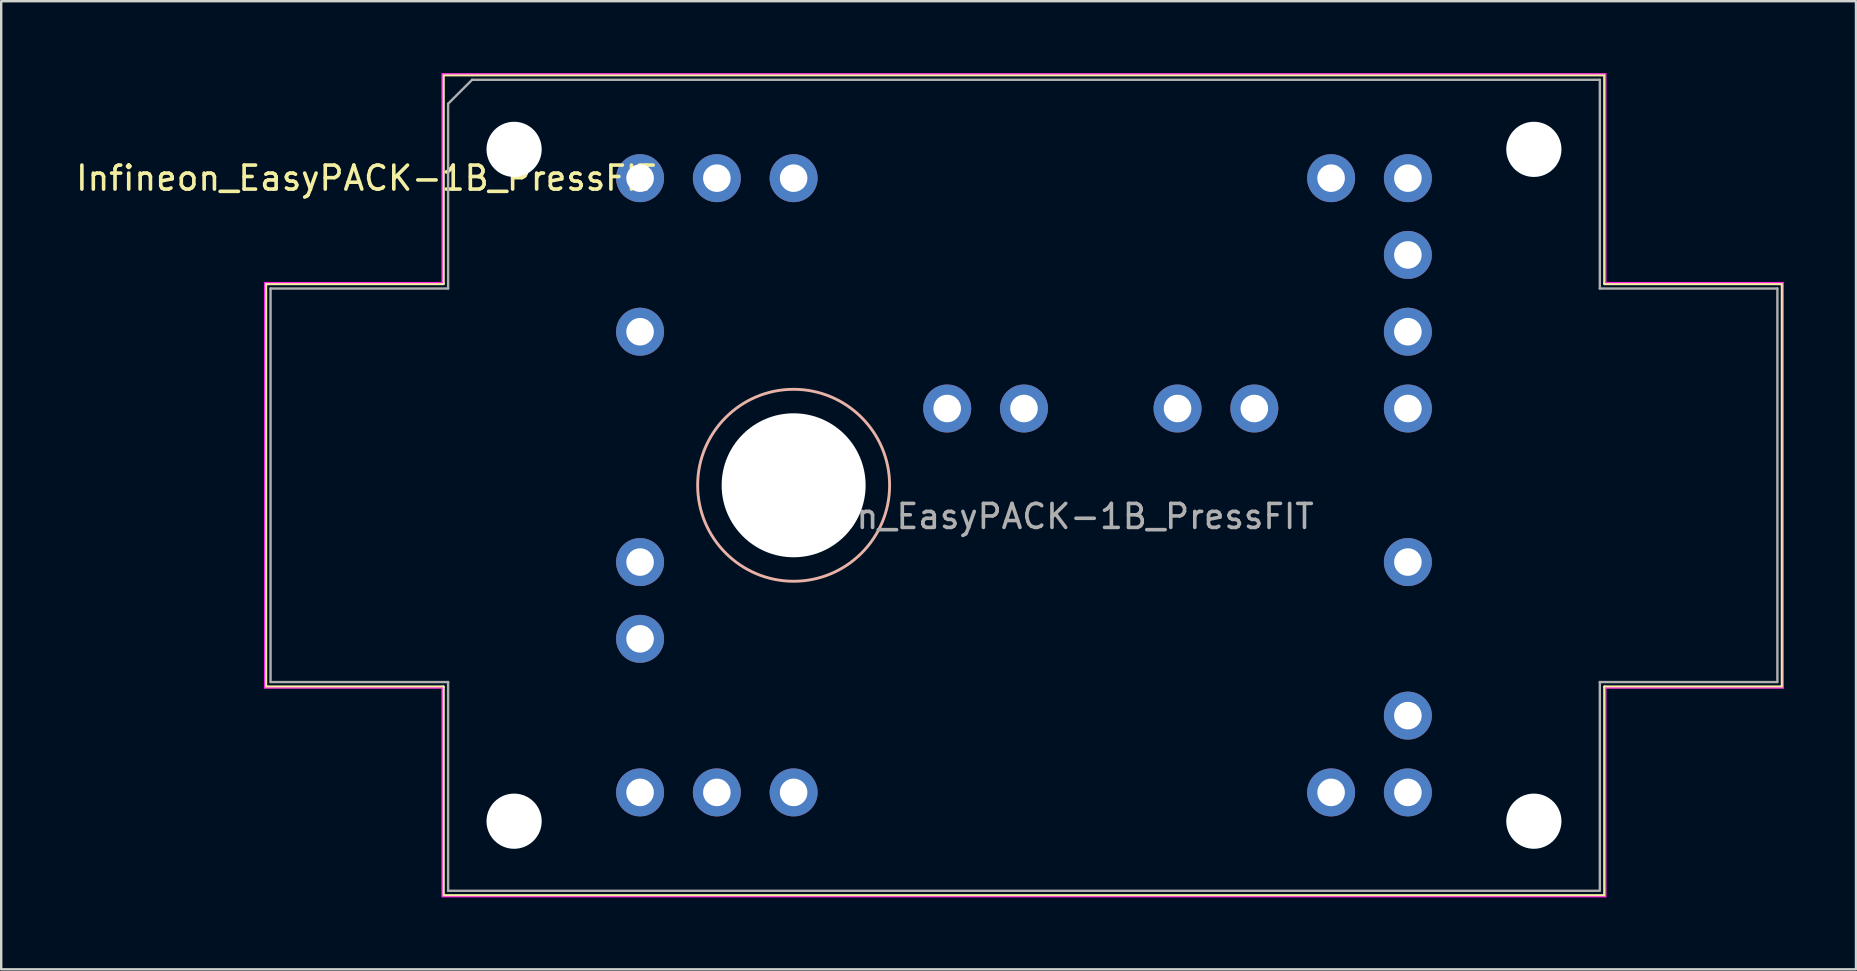
<source format=kicad_pcb>
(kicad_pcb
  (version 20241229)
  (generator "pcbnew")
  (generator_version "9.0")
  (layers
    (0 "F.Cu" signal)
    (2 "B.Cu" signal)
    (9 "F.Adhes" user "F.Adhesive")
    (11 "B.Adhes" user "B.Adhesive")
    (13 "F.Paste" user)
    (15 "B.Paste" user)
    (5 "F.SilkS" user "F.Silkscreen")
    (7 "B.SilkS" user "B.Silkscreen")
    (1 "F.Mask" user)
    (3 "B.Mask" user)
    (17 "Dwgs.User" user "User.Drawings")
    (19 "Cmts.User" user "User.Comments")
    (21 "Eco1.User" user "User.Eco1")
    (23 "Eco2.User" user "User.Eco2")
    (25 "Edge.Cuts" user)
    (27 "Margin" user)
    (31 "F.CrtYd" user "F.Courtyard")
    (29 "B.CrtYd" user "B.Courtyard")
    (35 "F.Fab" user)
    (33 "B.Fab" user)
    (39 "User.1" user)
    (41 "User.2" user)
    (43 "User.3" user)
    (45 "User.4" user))
  (footprint "Infineon_EasyPACK-1B_PressFIT"
    (layer "F.Cu")
    (at 23.626 4.375)
    (property "Reference" "Infineon_EasyPACK-1B_PressFIT" (at -11.43 0 0) (layer "F.SilkS") (effects (font (size 1 1) (thickness 0.15))))
    (attr through_hole)
    (fp_line (start -15.6 4.4) (end -8.2 4.4) (stroke (width 0.12) (type solid)) (layer "F.SilkS"))
    (fp_line (start -15.6 21.2) (end -15.6 4.4) (stroke (width 0.12) (type solid)) (layer "F.SilkS"))
    (fp_line (start -8.2 -4.3) (end 40.2 -4.3) (stroke (width 0.12) (type solid)) (layer "F.SilkS"))
    (fp_line (start -8.2 4.4) (end -8.2 -4.3) (stroke (width 0.12) (type solid)) (layer "F.SilkS"))
    (fp_line (start -8.2 21.2) (end -15.6 21.2) (stroke (width 0.12) (type solid)) (layer "F.SilkS"))
    (fp_line (start -8.2 29.9) (end -8.2 21.2) (stroke (width 0.12) (type solid)) (layer "F.SilkS"))
    (fp_line (start 40.2 -4.3) (end 40.2 4.4) (stroke (width 0.12) (type solid)) (layer "F.SilkS"))
    (fp_line (start 40.2 4.4) (end 47.6 4.4) (stroke (width 0.12) (type solid)) (layer "F.SilkS"))
    (fp_line (start 40.2 21.2) (end 40.2 29.9) (stroke (width 0.12) (type solid)) (layer "F.SilkS"))
    (fp_line (start 40.2 29.9) (end -8.2 29.9) (stroke (width 0.12) (type solid)) (layer "F.SilkS"))
    (fp_line (start 47.6 4.4) (end 47.6 21.2) (stroke (width 0.12) (type solid)) (layer "F.SilkS"))
    (fp_line (start 47.6 21.2) (end 40.2 21.2) (stroke (width 0.12) (type solid)) (layer "F.SilkS"))
    (fp_circle (center 6.4 12.8) (end 10.4 12.8) (stroke (width 0.12) (type solid)) (fill no) (layer "B.SilkS"))
    (fp_line (start -15.65 21.25) (end -15.65 4.35) (stroke (width 0.05) (type solid)) (layer "F.CrtYd"))
    (fp_line (start -8.25 -4.35) (end -8.25 4.35) (stroke (width 0.05) (type solid)) (layer "F.CrtYd"))
    (fp_line (start -8.25 4.35) (end -15.65 4.35) (stroke (width 0.05) (type solid)) (layer "F.CrtYd"))
    (fp_line (start -8.25 21.25) (end -15.65 21.25) (stroke (width 0.05) (type solid)) (layer "F.CrtYd"))
    (fp_line (start -8.25 29.95) (end -8.25 21.25) (stroke (width 0.05) (type solid)) (layer "F.CrtYd"))
    (fp_line (start -8.25 29.95) (end 40.25 29.95) (stroke (width 0.05) (type solid)) (layer "F.CrtYd"))
    (fp_line (start 40.25 -4.35) (end -8.25 -4.35) (stroke (width 0.05) (type solid)) (layer "F.CrtYd"))
    (fp_line (start 40.25 -4.35) (end 40.25 4.35) (stroke (width 0.05) (type solid)) (layer "F.CrtYd"))
    (fp_line (start 40.25 4.35) (end 47.65 4.35) (stroke (width 0.05) (type solid)) (layer "F.CrtYd"))
    (fp_line (start 40.25 21.25) (end 40.25 29.95) (stroke (width 0.05) (type solid)) (layer "F.CrtYd"))
    (fp_line (start 47.65 4.35) (end 47.65 21.25) (stroke (width 0.05) (type solid)) (layer "F.CrtYd"))
    (fp_line (start 47.65 21.25) (end 40.25 21.25) (stroke (width 0.05) (type solid)) (layer "F.CrtYd"))
    (fp_line (start -15.4 4.6) (end -8 4.6) (stroke (width 0.1) (type solid)) (layer "F.Fab"))
    (fp_line (start -15.4 21) (end -15.4 4.6) (stroke (width 0.1) (type solid)) (layer "F.Fab"))
    (fp_line (start -15.4 21) (end -8 21) (stroke (width 0.1) (type solid)) (layer "F.Fab"))
    (fp_line (start -8 4.6) (end -8 -3.1) (stroke (width 0.1) (type solid)) (layer "F.Fab"))
    (fp_line (start -8 21) (end -8 29.7) (stroke (width 0.1) (type solid)) (layer "F.Fab"))
    (fp_line (start -8 29.7) (end 40 29.7) (stroke (width 0.1) (type solid)) (layer "F.Fab"))
    (fp_line (start -7 -4.1) (end -8 -3.1) (stroke (width 0.1) (type solid)) (layer "F.Fab"))
    (fp_line (start 40 -4.1) (end -7 -4.1) (stroke (width 0.1) (type solid)) (layer "F.Fab"))
    (fp_line (start 40 4.6) (end 40 -4.1) (stroke (width 0.1) (type solid)) (layer "F.Fab"))
    (fp_line (start 40 21) (end 40 29.7) (stroke (width 0.1) (type solid)) (layer "F.Fab"))
    (fp_line (start 47.4 4.6) (end 40 4.6) (stroke (width 0.1) (type solid)) (layer "F.Fab"))
    (fp_line (start 47.4 21) (end 40 21) (stroke (width 0.1) (type solid)) (layer "F.Fab"))
    (fp_line (start 47.4 21) (end 47.4 4.6) (stroke (width 0.1) (type solid)) (layer "F.Fab"))
    (fp_text user "${REFERENCE}" (at 16 14.1 0) (layer "F.Fab") (effects (font (size 1 1) (thickness 0.15))))
    (pad "" np_thru_hole circle (at -5.25 -1.2 180) (size 2.3 2.3) (drill 2.3) (layers "*.Cu" "*.Mask"))
    (pad "" np_thru_hole circle (at -5.25 26.8 180) (size 2.3 2.3) (drill 2.3) (layers "*.Cu" "*.Mask"))
    (pad "" np_thru_hole circle (at 6.4 12.8 180) (size 6 6) (drill 6) (layers "*.Cu" "*.Mask"))
    (pad "" np_thru_hole circle (at 37.25 -1.2 180) (size 2.3 2.3) (drill 2.3) (layers "*.Cu" "*.Mask"))
    (pad "" np_thru_hole circle (at 37.25 26.8 180) (size 2.3 2.3) (drill 2.3) (layers "*.Cu" "*.Mask"))
    (pad "EU" thru_hole circle (at 32 0 180) (size 2 2) (drill 1.15) (layers "*.Cu" "*.Mask"))
    (pad "EU" thru_hole circle (at 32 3.2 180) (size 2 2) (drill 1.15) (layers "*.Cu" "*.Mask"))
    (pad "EV" thru_hole circle (at 32 6.4 180) (size 2 2) (drill 1.15) (layers "*.Cu" "*.Mask"))
    (pad "EV" thru_hole circle (at 32 9.6 180) (size 2 2) (drill 1.15) (layers "*.Cu" "*.Mask"))
    (pad "EW" thru_hole circle (at 32 22.4 180) (size 2 2) (drill 1.15) (layers "*.Cu" "*.Mask"))
    (pad "EW" thru_hole circle (at 32 25.6 180) (size 2 2) (drill 1.15) (layers "*.Cu" "*.Mask"))
    (pad "G1" thru_hole circle (at 0 0 180) (size 2 2) (drill 1.15) (layers "*.Cu" "*.Mask"))
    (pad "G2" thru_hole circle (at 28.8 0 180) (size 2 2) (drill 1.15) (layers "*.Cu" "*.Mask"))
    (pad "G3" thru_hole circle (at 0 6.4 180) (size 2 2) (drill 1.15) (layers "*.Cu" "*.Mask"))
    (pad "G4" thru_hole circle (at 32 16 180) (size 2 2) (drill 1.15) (layers "*.Cu" "*.Mask"))
    (pad "G5" thru_hole circle (at 0 25.6 180) (size 2 2) (drill 1.15) (layers "*.Cu" "*.Mask"))
    (pad "G6" thru_hole circle (at 28.8 25.6 180) (size 2 2) (drill 1.15) (layers "*.Cu" "*.Mask"))
    (pad "P" thru_hole circle (at 12.8 9.6 180) (size 2 2) (drill 1.15) (layers "*.Cu" "*.Mask"))
    (pad "P" thru_hole circle (at 16 9.6 180) (size 2 2) (drill 1.15) (layers "*.Cu" "*.Mask"))
    (pad "T1" thru_hole circle (at 22.4 9.6 180) (size 2 2) (drill 1.15) (layers "*.Cu" "*.Mask"))
    (pad "T2" thru_hole circle (at 25.6 9.6 180) (size 2 2) (drill 1.15) (layers "*.Cu" "*.Mask"))
    (pad "U" thru_hole circle (at 3.2 0 180) (size 2 2) (drill 1.15) (layers "*.Cu" "*.Mask"))
    (pad "U" thru_hole circle (at 6.4 0 180) (size 2 2) (drill 1.15) (layers "*.Cu" "*.Mask"))
    (pad "V" thru_hole circle (at 0 16 180) (size 2 2) (drill 1.15) (layers "*.Cu" "*.Mask"))
    (pad "V" thru_hole circle (at 0 19.2 180) (size 2 2) (drill 1.15) (layers "*.Cu" "*.Mask"))
    (pad "W" thru_hole circle (at 3.2 25.6 180) (size 2 2) (drill 1.15) (layers "*.Cu" "*.Mask"))
    (pad "W" thru_hole circle (at 6.4 25.6 180) (size 2 2) (drill 1.15) (layers "*.Cu" "*.Mask"))
    (zone (net_name "") (layers "F.Cu" "B.Cu") (name "MH") (hatch full 0.508) (connect_pads) (min_thickness 0.254) (filled_areas_thickness no) (keepout (tracks not_allowed) (vias not_allowed) (pads not_allowed) (copperpour not_allowed) (footprints not_allowed)) (placement (enabled no)) (fill) (polygon (pts (xy 17.872 17.175) (xy 17.852 17.606) (xy 17.793 18.033) (xy 17.696 18.454) (xy 17.562 18.864) (xy 17.39 19.259) (xy 17.184 19.638) (xy 16.944 19.997) (xy 16.672 20.332) (xy 16.372 20.641) (xy 16.044 20.922) (xy 15.692 21.172) (xy 15.319 21.389) (xy 14.928 21.571) (xy 14.523 21.717) (xy 14.105 21.826) (xy 13.679 21.897) (xy 13.249 21.928) (xy 12.818 21.921) (xy 12.389 21.874) (xy 11.966 21.789) (xy 11.553 21.666) (xy 11.152 21.505) (xy 10.768 21.31) (xy 10.403 21.08) (xy 10.06 20.818) (xy 9.742 20.526) (xy 9.453 20.206) (xy 9.193 19.861) (xy 8.966 19.495) (xy 8.772 19.109) (xy 8.615 18.707) (xy 8.495 18.293) (xy 8.412 17.87) (xy 8.369 17.44) (xy 8.364 17.009) (xy 8.399 16.579) (xy 8.472 16.154) (xy 8.584 15.737) (xy 8.733 15.332) (xy 8.918 14.943) (xy 9.138 14.571) (xy 9.39 14.221) (xy 9.673 13.896) (xy 9.984 13.597) (xy 10.321 13.328) (xy 10.682 13.091) (xy 11.062 12.887) (xy 11.459 12.718) (xy 11.87 12.586) (xy 12.291 12.492) (xy 12.719 12.437) (xy 13.15 12.42) (xy 13.58 12.443) (xy 14.007 12.504) (xy 14.427 12.604) (xy 14.836 12.742) (xy 15.231 12.916) (xy 15.608 13.125) (xy 15.965 13.367) (xy 16.298 13.641) (xy 16.605 13.944) (xy 16.884 14.274) (xy 17.131 14.627) (xy 17.346 15.001) (xy 17.525 15.394) (xy 17.669 15.801) (xy 17.774 16.219) (xy 17.842 16.645) (xy 17.87 17.075))))
    (zone (net_name "") (layers "F.Cu" "B.Cu") (name "MH") (hatch full 0.508) (connect_pads) (min_thickness 0.254) (filled_areas_thickness no) (keepout (tracks not_allowed) (vias not_allowed) (pads not_allowed) (copperpour not_allowed) (footprints not_allowed)) (placement (enabled no)) (fill) (polygon (pts (xy 70.872 17.175) (xy 70.852 17.606) (xy 70.793 18.033) (xy 70.696 18.454) (xy 70.562 18.864) (xy 70.39 19.259) (xy 70.184 19.638) (xy 69.944 19.997) (xy 69.672 20.332) (xy 69.372 20.641) (xy 69.044 20.922) (xy 68.692 21.172) (xy 68.319 21.389) (xy 67.928 21.571) (xy 67.523 21.717) (xy 67.105 21.826) (xy 66.679 21.897) (xy 66.249 21.928) (xy 65.818 21.921) (xy 65.389 21.874) (xy 64.966 21.789) (xy 64.553 21.666) (xy 64.152 21.505) (xy 63.768 21.31) (xy 63.403 21.08) (xy 63.06 20.818) (xy 62.742 20.526) (xy 62.453 20.206) (xy 62.193 19.861) (xy 61.966 19.495) (xy 61.772 19.109) (xy 61.615 18.707) (xy 61.495 18.293) (xy 61.412 17.87) (xy 61.369 17.44) (xy 61.364 17.009) (xy 61.399 16.579) (xy 61.472 16.154) (xy 61.584 15.737) (xy 61.733 15.332) (xy 61.918 14.943) (xy 62.138 14.571) (xy 62.39 14.221) (xy 62.673 13.896) (xy 62.984 13.597) (xy 63.321 13.328) (xy 63.682 13.091) (xy 64.062 12.887) (xy 64.459 12.718) (xy 64.87 12.586) (xy 65.291 12.492) (xy 65.719 12.437) (xy 66.15 12.42) (xy 66.58 12.443) (xy 67.007 12.504) (xy 67.427 12.604) (xy 67.836 12.742) (xy 68.231 12.916) (xy 68.608 13.125) (xy 68.965 13.367) (xy 69.298 13.641) (xy 69.605 13.944) (xy 69.884 14.274) (xy 70.131 14.627) (xy 70.346 15.001) (xy 70.525 15.394) (xy 70.669 15.801) (xy 70.774 16.219) (xy 70.842 16.645) (xy 70.87 17.075)))))
  (gr_rect
    (start -3 -3)
    (end 74.301 37.35)
    (stroke (width 0.1) (type default))
    (fill no)
    (layer "Edge.Cuts")))
</source>
